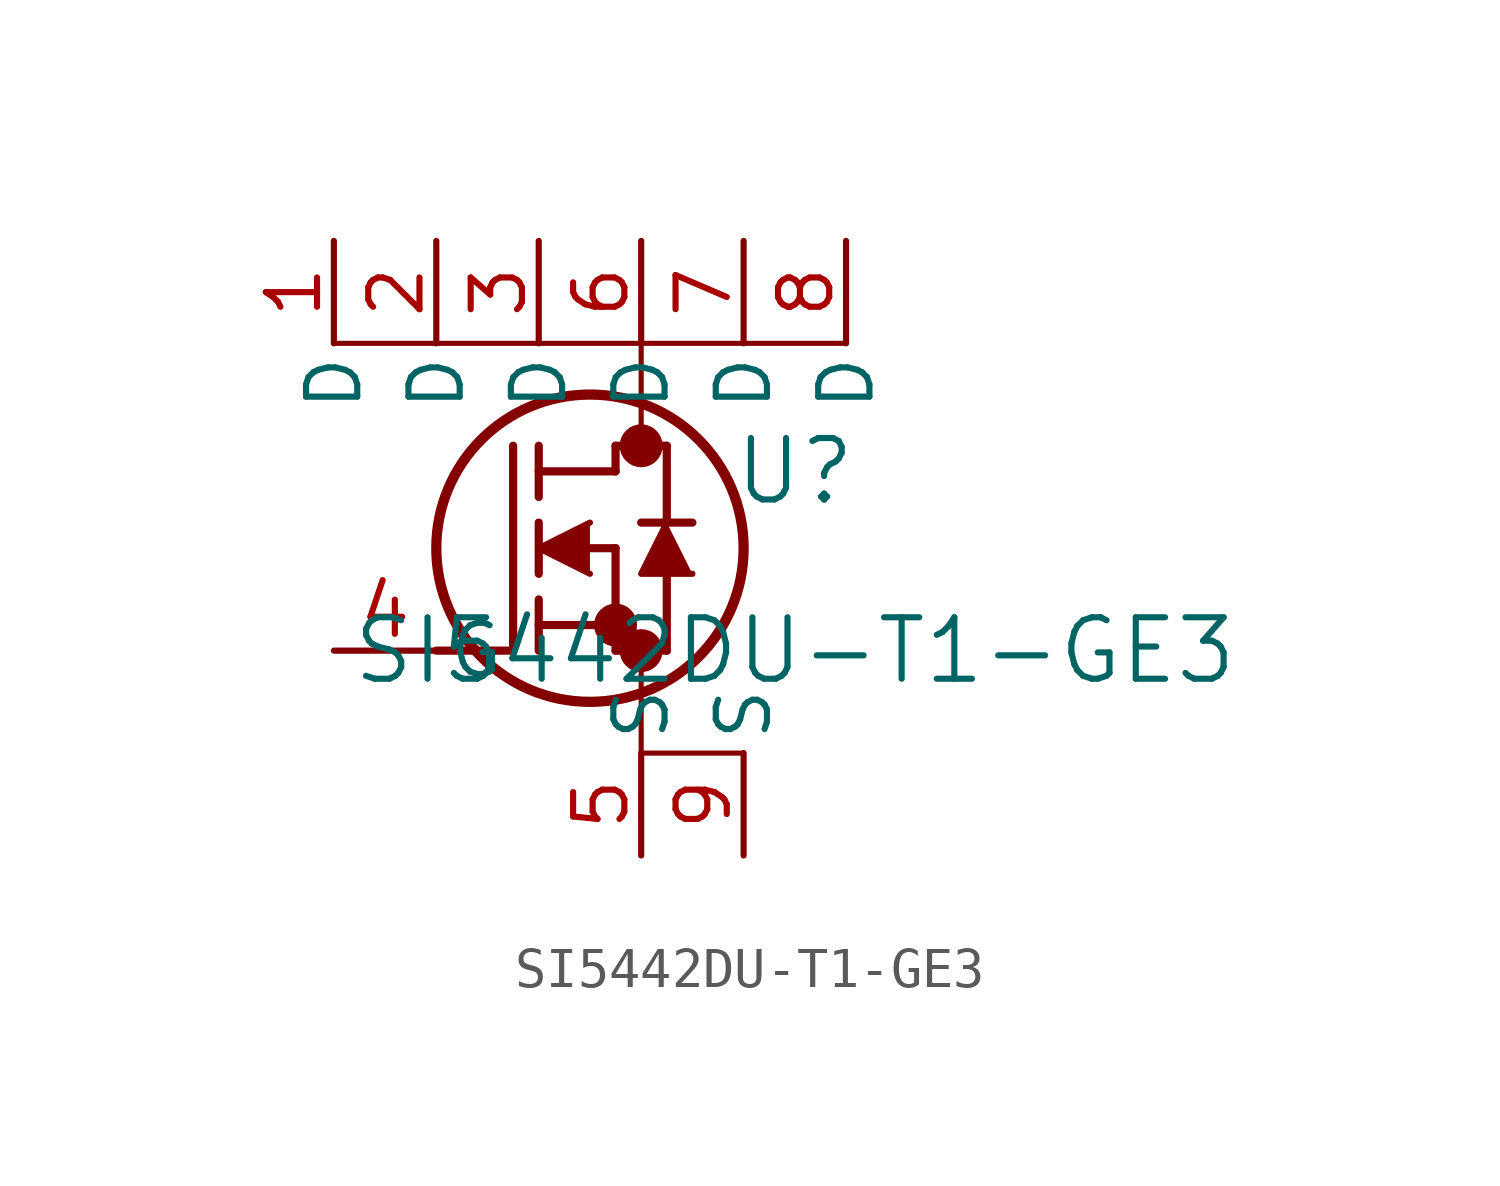
<source format=kicad_sym>
(kicad_symbol_lib
  (version 20211014)
  (generator kicad_symbol_editor)
  (symbol "SI5442DU-T1-GE3"
    (pin_names
      (offset 0.254))
    (property "Reference" "U"
      (at 11.43 4.445 0)
      (effects (font (size 1.524 1.524))))
    (property "Value" "SI5442DU-T1-GE3"
      (at 11.43 0 0)
      (effects (font (size 1.524 1.524))))
    (symbol "SI5442DU-T1-GE3_0_1"
      (circle (center 7.62 5.08) (radius 0.025) (stroke (width 0.508) (type default) (color 0 0 0 0)) (fill (type none)))
      (circle (center 7.62 0) (radius 0.025) (stroke (width 0.508) (type default) (color 0 0 0 0)) (fill (type none)))
      (circle (center 6.985 0.635) (radius 0.025) (stroke (width 0.508) (type default) (color 0 0 0 0)) (fill (type none)))
      (circle (center 6.35 2.54) (radius 3.81) (stroke (width 0.254) (type default) (color 0 0 0 0)) (fill (type none)))
      (polyline (pts (xy 2.54 0) (xy 4.445 0)) (stroke (width 0.203) (type default) (color 0 0 0 0)) (fill (type none)))
      (polyline (pts (xy 4.445 0) (xy 4.445 5.08)) (stroke (width 0.203) (type default) (color 0 0 0 0)) (fill (type none)))
      (polyline (pts (xy 5.08 1.905) (xy 5.08 3.175)) (stroke (width 0.203) (type default) (color 0 0 0 0)) (fill (type none)))
      (polyline (pts (xy 5.08 0) (xy 5.08 1.27)) (stroke (width 0.203) (type default) (color 0 0 0 0)) (fill (type none)))
      (polyline (pts (xy 5.08 3.81) (xy 5.08 5.08)) (stroke (width 0.203) (type default) (color 0 0 0 0)) (fill (type none)))
      (polyline (pts (xy 6.35 2.54) (xy 6.985 2.54)) (stroke (width 0.203) (type default) (color 0 0 0 0)) (fill (type none)))
      (polyline (pts (xy 5.08 0.635) (xy 6.985 0.635)) (stroke (width 0.203) (type default) (color 0 0 0 0)) (fill (type none)))
      (polyline (pts (xy 6.985 0) (xy 6.985 2.54)) (stroke (width 0.203) (type default) (color 0 0 0 0)) (fill (type none)))
      (polyline (pts (xy 6.985 0) (xy 8.255 0)) (stroke (width 0.203) (type default) (color 0 0 0 0)) (fill (type none)))
      (polyline (pts (xy 5.08 4.445) (xy 6.985 4.445)) (stroke (width 0.203) (type default) (color 0 0 0 0)) (fill (type none)))
      (polyline (pts (xy 8.255 3.175) (xy 8.255 5.08)) (stroke (width 0.203) (type default) (color 0 0 0 0)) (fill (type none)))
      (polyline (pts (xy 6.35 3.175) (xy 5.08 2.54) (xy 6.35 1.905)) (stroke (width 0) (type default) (color 0 0 0 0)) (fill (type outline)))
      (polyline (pts (xy 8.89 1.905) (xy 7.62 1.905) (xy 8.255 3.175)) (stroke (width 0) (type default) (color 0 0 0 0)) (fill (type outline)))
      (polyline (pts (xy 8.255 0) (xy 8.255 1.905)) (stroke (width 0.203) (type default) (color 0 0 0 0)) (fill (type none)))
      (polyline (pts (xy 8.89 3.175) (xy 7.62 3.175)) (stroke (width 0.203) (type default) (color 0 0 0 0)) (fill (type none)))
      (polyline (pts (xy 6.985 5.08) (xy 8.255 5.08)) (stroke (width 0.203) (type default) (color 0 0 0 0)) (fill (type none)))
      (polyline (pts (xy 6.985 4.445) (xy 6.985 5.08)) (stroke (width 0.203) (type default) (color 0 0 0 0)) (fill (type none)))
      (polyline (pts (xy 7.62 -2.54) (xy 10.16 -2.54)) (stroke (width 0.127) (type default) (color 0 0 0 0)) (fill (type none)))
      (polyline (pts (xy 7.62 -2.54) (xy 7.62 0)) (stroke (width 0.127) (type default) (color 0 0 0 0)) (fill (type none)))
      (polyline (pts (xy 0 7.62) (xy 12.7 7.62)) (stroke (width 0.127) (type default) (color 0 0 0 0)) (fill (type none)))
      (polyline (pts (xy 7.62 7.62) (xy 7.62 5.08)) (stroke (width 0.127) (type default) (color 0 0 0 0)) (fill (type none)))
      (pin unspecified line (at 0 10.16 270) (length 2.54) (name "D" (effects (font (size 1.27 1.27)))) (number "1" (effects (font (size 1.27 1.27)))))
      (pin unspecified line (at 2.54 10.16 270) (length 2.54) (name "D" (effects (font (size 1.27 1.27)))) (number "2" (effects (font (size 1.27 1.27)))))
      (pin unspecified line (at 5.08 10.16 270) (length 2.54) (name "D" (effects (font (size 1.27 1.27)))) (number "3" (effects (font (size 1.27 1.27)))))
      (pin unspecified line (at 0 0 0) (length 2.54) (name "G" (effects (font (size 1.27 1.27)))) (number "4" (effects (font (size 1.27 1.27)))))
      (pin unspecified line (at 7.62 -5.08 90) (length 2.54) (name "S" (effects (font (size 1.27 1.27)))) (number "5" (effects (font (size 1.27 1.27)))))
      (pin unspecified line (at 7.62 10.16 270) (length 2.54) (name "D" (effects (font (size 1.27 1.27)))) (number "6" (effects (font (size 1.27 1.27)))))
      (pin unspecified line (at 10.16 10.16 270) (length 2.54) (name "D" (effects (font (size 1.27 1.27)))) (number "7" (effects (font (size 1.27 1.27)))))
      (pin unspecified line (at 12.7 10.16 270) (length 2.54) (name "D" (effects (font (size 1.27 1.27)))) (number "8" (effects (font (size 1.27 1.27)))))
      (pin unspecified line (at 10.16 -5.08 90) (length 2.54) (name "S" (effects (font (size 1.27 1.27)))) (number "9" (effects (font (size 1.27 1.27))))))))
</source>
